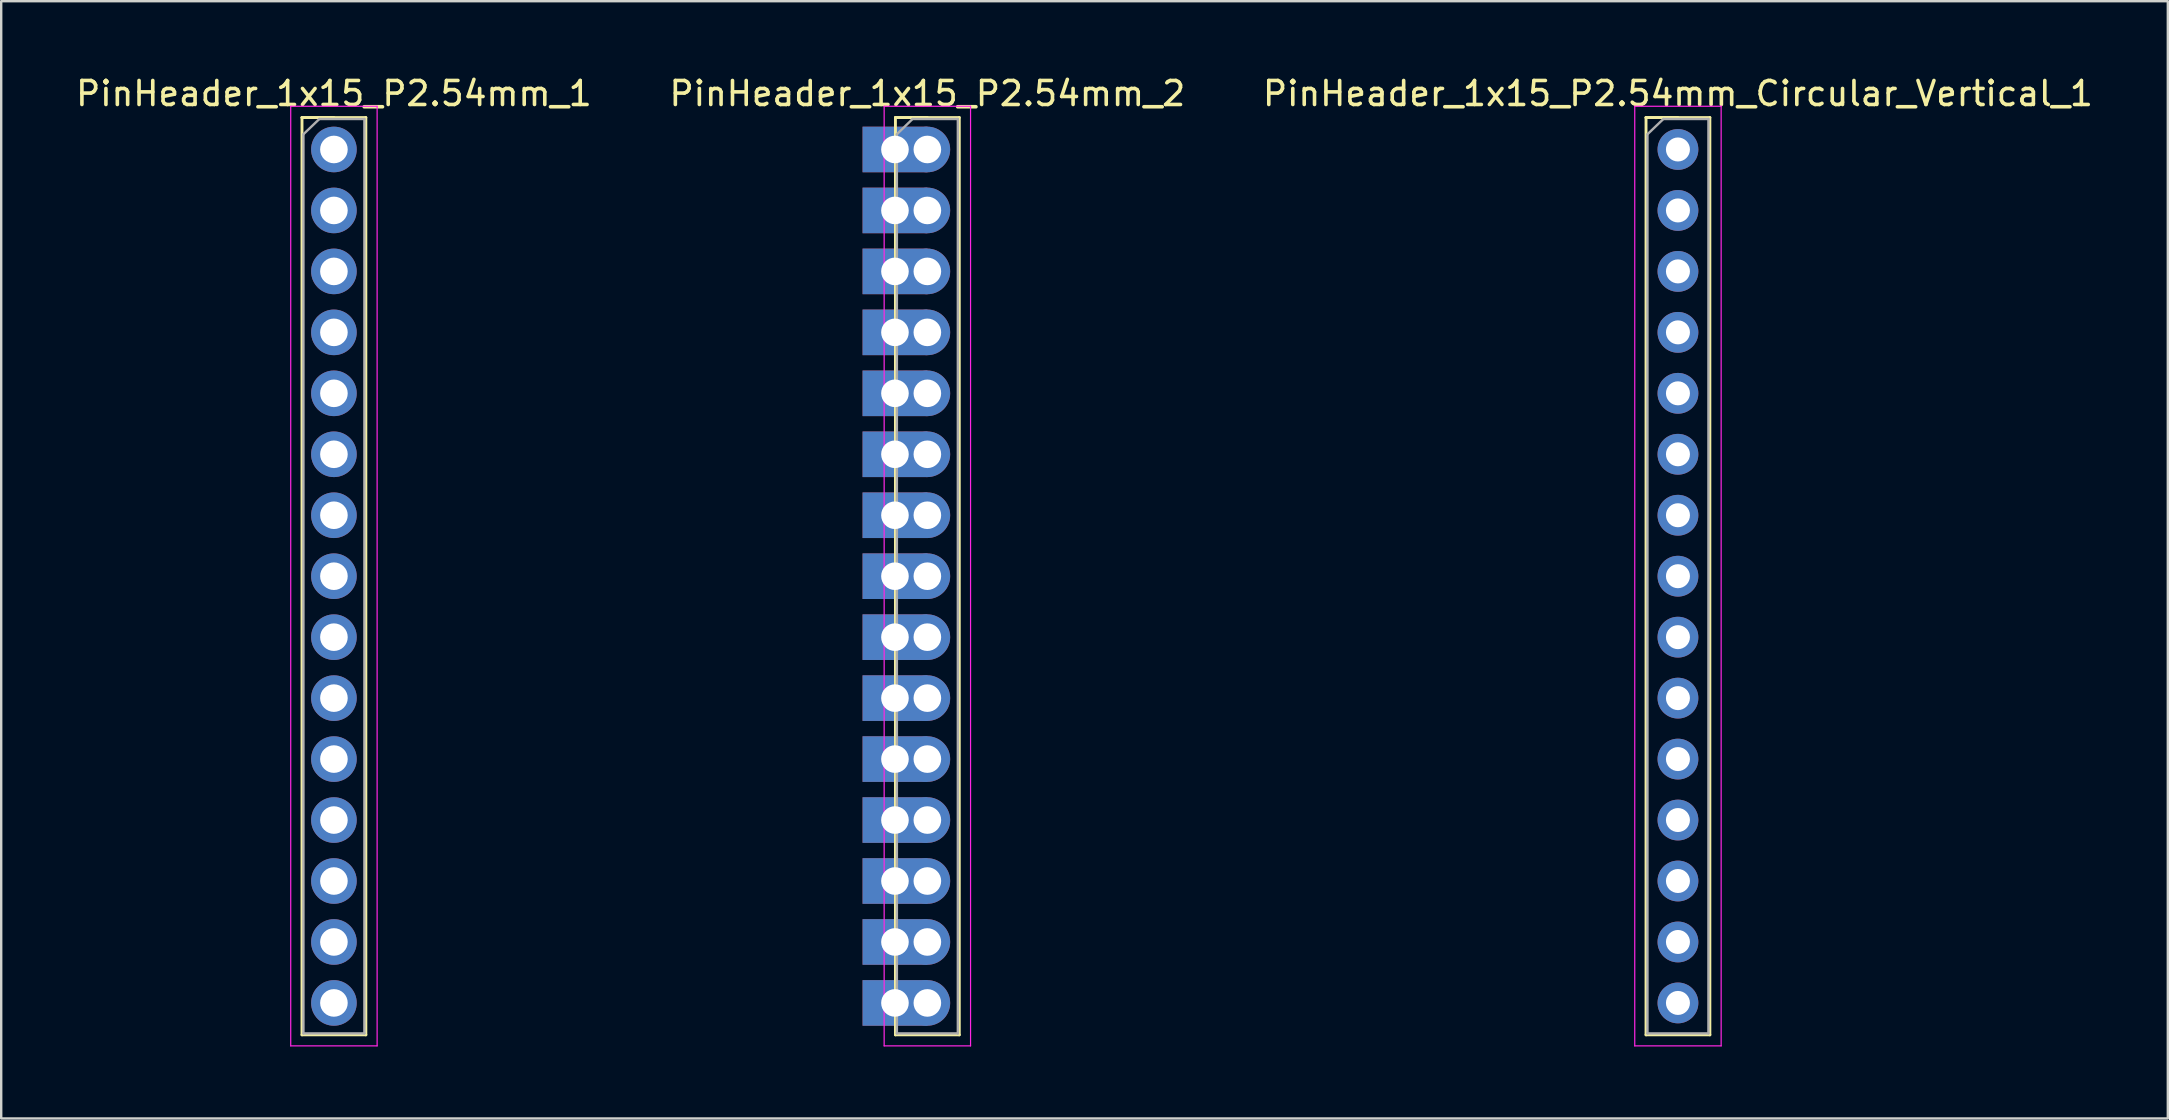
<source format=kicad_pcb>
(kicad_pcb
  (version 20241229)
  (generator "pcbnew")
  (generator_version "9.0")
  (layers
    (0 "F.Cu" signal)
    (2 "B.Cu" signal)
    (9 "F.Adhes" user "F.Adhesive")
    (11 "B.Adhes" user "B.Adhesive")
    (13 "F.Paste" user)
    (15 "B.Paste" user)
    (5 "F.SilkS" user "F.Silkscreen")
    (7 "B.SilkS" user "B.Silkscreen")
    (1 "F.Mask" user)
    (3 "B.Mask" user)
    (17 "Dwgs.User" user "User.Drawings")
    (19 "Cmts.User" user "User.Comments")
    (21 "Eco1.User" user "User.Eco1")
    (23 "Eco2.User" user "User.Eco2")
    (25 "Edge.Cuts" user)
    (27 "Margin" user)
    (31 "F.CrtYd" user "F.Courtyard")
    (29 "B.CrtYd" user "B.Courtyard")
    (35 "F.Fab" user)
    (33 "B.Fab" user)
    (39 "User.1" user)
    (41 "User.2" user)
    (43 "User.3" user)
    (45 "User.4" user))
  (footprint "PinHeader_1x15_P2.54mm_Circular_Vertical_1"
    (layer "F.Cu")
    (at 66.863 3.178)
    (property "Reference" "PinHeader_1x15_P2.54mm_Circular_Vertical_1" (at 0 -2.33 0) (layer "F.SilkS") (effects (font (size 1 1) (thickness 0.15))))
    (attr through_hole)
    (fp_line (start -1.33 -1.33) (end -1.33 36.89) (stroke (width 0.12) (type solid)) (layer "F.SilkS"))
    (fp_line (start -1.33 -1.33) (end 0 -1.33) (stroke (width 0.12) (type solid)) (layer "F.SilkS"))
    (fp_line (start -1.33 -1.33) (end 1.33 -1.33) (stroke (width 0.12) (type solid)) (layer "F.SilkS"))
    (fp_line (start -1.33 36.89) (end 1.33 36.89) (stroke (width 0.12) (type solid)) (layer "F.SilkS"))
    (fp_line (start 1.33 -1.33) (end 1.33 36.89) (stroke (width 0.12) (type solid)) (layer "F.SilkS"))
    (fp_line (start -1.8 -1.8) (end -1.8 37.35) (stroke (width 0.05) (type solid)) (layer "F.CrtYd"))
    (fp_line (start -1.8 37.35) (end 1.8 37.35) (stroke (width 0.05) (type solid)) (layer "F.CrtYd"))
    (fp_line (start 1.8 -1.8) (end -1.8 -1.8) (stroke (width 0.05) (type solid)) (layer "F.CrtYd"))
    (fp_line (start 1.8 37.35) (end 1.8 -1.8) (stroke (width 0.05) (type solid)) (layer "F.CrtYd"))
    (fp_line (start -1.27 -0.635) (end -0.607 -1.27) (stroke (width 0.1) (type solid)) (layer "F.Fab"))
    (fp_line (start -1.27 36.83) (end -1.27 -0.635) (stroke (width 0.1) (type solid)) (layer "F.Fab"))
    (fp_line (start -0.607 -1.27) (end 1.27 -1.27) (stroke (width 0.1) (type solid)) (layer "F.Fab"))
    (fp_line (start 1.27 -1.27) (end 1.27 36.83) (stroke (width 0.1) (type solid)) (layer "F.Fab"))
    (fp_line (start 1.27 36.83) (end -1.27 36.83) (stroke (width 0.1) (type solid)) (layer "F.Fab"))
    (pad "1" thru_hole circle (at 0 0) (size 1.7 1.7) (drill 1) (layers "*.Cu" "*.Mask"))
    (pad "2" thru_hole circle (at 0 2.54) (size 1.7 1.7) (drill 1) (layers "*.Cu" "*.Mask"))
    (pad "3" thru_hole circle (at 0 5.08) (size 1.7 1.7) (drill 1) (layers "*.Cu" "*.Mask"))
    (pad "4" thru_hole circle (at 0 7.62) (size 1.7 1.7) (drill 1) (layers "*.Cu" "*.Mask"))
    (pad "5" thru_hole circle (at 0 10.16) (size 1.7 1.7) (drill 1) (layers "*.Cu" "*.Mask"))
    (pad "6" thru_hole circle (at 0 12.7) (size 1.7 1.7) (drill 1) (layers "*.Cu" "*.Mask"))
    (pad "7" thru_hole circle (at 0 15.24) (size 1.7 1.7) (drill 1) (layers "*.Cu" "*.Mask"))
    (pad "8" thru_hole circle (at 0 17.78) (size 1.7 1.7) (drill 1) (layers "*.Cu" "*.Mask"))
    (pad "9" thru_hole circle (at 0 20.32) (size 1.7 1.7) (drill 1) (layers "*.Cu" "*.Mask"))
    (pad "10" thru_hole circle (at 0 22.86) (size 1.7 1.7) (drill 1) (layers "*.Cu" "*.Mask"))
    (pad "11" thru_hole circle (at 0 25.4) (size 1.7 1.7) (drill 1) (layers "*.Cu" "*.Mask"))
    (pad "12" thru_hole circle (at 0 27.94) (size 1.7 1.7) (drill 1) (layers "*.Cu" "*.Mask"))
    (pad "13" thru_hole circle (at 0 30.48) (size 1.7 1.7) (drill 1) (layers "*.Cu" "*.Mask"))
    (pad "14" thru_hole circle (at 0 33.02) (size 1.7 1.7) (drill 1) (layers "*.Cu" "*.Mask"))
    (pad "15" thru_hole circle (at 0 35.56) (size 1.7 1.7) (drill 1) (layers "*.Cu" "*.Mask")))
  (footprint "PinHeader_1x15_P2.54mm_2"
    (layer "F.Cu")
    (at 35.589 3.178)
    (property "Reference" "PinHeader_1x15_P2.54mm_2" (at 0 -2.33 0) (layer "F.SilkS") (effects (font (size 1 1) (thickness 0.15))))
    (attr through_hole)
    (fp_line (start -1.33 -1.33) (end -1.33 36.89) (stroke (width 0.12) (type solid)) (layer "F.SilkS"))
    (fp_line (start -1.33 -1.33) (end 0 -1.33) (stroke (width 0.12) (type solid)) (layer "F.SilkS"))
    (fp_line (start -1.33 -1.33) (end 1.33 -1.33) (stroke (width 0.12) (type solid)) (layer "F.SilkS"))
    (fp_line (start -1.33 36.89) (end 1.33 36.89) (stroke (width 0.12) (type solid)) (layer "F.SilkS"))
    (fp_line (start 1.33 -1.33) (end 1.33 36.89) (stroke (width 0.12) (type solid)) (layer "F.SilkS"))
    (fp_line (start -1.8 -1.8) (end -1.8 37.35) (stroke (width 0.05) (type solid)) (layer "F.CrtYd"))
    (fp_line (start -1.8 37.35) (end 1.8 37.35) (stroke (width 0.05) (type solid)) (layer "F.CrtYd"))
    (fp_line (start 1.8 -1.8) (end -1.8 -1.8) (stroke (width 0.05) (type solid)) (layer "F.CrtYd"))
    (fp_line (start 1.8 37.35) (end 1.8 -1.8) (stroke (width 0.05) (type solid)) (layer "F.CrtYd"))
    (fp_line (start -1.27 -0.635) (end -0.617 -1.27) (stroke (width 0.1) (type solid)) (layer "F.Fab"))
    (fp_line (start -1.27 36.83) (end -1.27 -0.635) (stroke (width 0.1) (type solid)) (layer "F.Fab"))
    (fp_line (start -0.617 -1.27) (end 1.27 -1.27) (stroke (width 0.1) (type solid)) (layer "F.Fab"))
    (fp_line (start 1.27 -1.27) (end 1.27 36.83) (stroke (width 0.1) (type solid)) (layer "F.Fab"))
    (fp_line (start 1.27 36.83) (end -1.27 36.83) (stroke (width 0.1) (type solid)) (layer "F.Fab"))
    (pad "1" thru_hole rect (at -1.35 0) (size 2.7 1.9) (drill 1.15) (layers "*.Cu" "*.Mask"))
    (pad "1" thru_hole circle (at 0 0) (size 1.9 1.9) (drill 1.15) (layers "*.Cu" "*.Mask"))
    (pad "2" thru_hole rect (at -1.35 2.54) (size 2.7 1.9) (drill 1.15) (layers "*.Cu" "*.Mask"))
    (pad "2" thru_hole circle (at 0 2.54) (size 1.9 1.9) (drill 1.15) (layers "*.Cu" "*.Mask"))
    (pad "3" thru_hole rect (at -1.35 5.08) (size 2.7 1.9) (drill 1.15) (layers "*.Cu" "*.Mask"))
    (pad "3" thru_hole circle (at 0 5.08) (size 1.9 1.9) (drill 1.15) (layers "*.Cu" "*.Mask"))
    (pad "4" thru_hole rect (at -1.35 7.62) (size 2.7 1.9) (drill 1.15) (layers "*.Cu" "*.Mask"))
    (pad "4" thru_hole circle (at 0 7.62) (size 1.9 1.9) (drill 1.15) (layers "*.Cu" "*.Mask"))
    (pad "5" thru_hole rect (at -1.35 10.16) (size 2.7 1.9) (drill 1.15) (layers "*.Cu" "*.Mask"))
    (pad "5" thru_hole circle (at 0 10.16) (size 1.9 1.9) (drill 1.15) (layers "*.Cu" "*.Mask"))
    (pad "6" thru_hole rect (at -1.35 12.7) (size 2.7 1.9) (drill 1.15) (layers "*.Cu" "*.Mask"))
    (pad "6" thru_hole circle (at 0 12.7) (size 1.9 1.9) (drill 1.15) (layers "*.Cu" "*.Mask"))
    (pad "7" thru_hole rect (at -1.35 15.24) (size 2.7 1.9) (drill 1.15) (layers "*.Cu" "*.Mask"))
    (pad "7" thru_hole circle (at 0 15.24) (size 1.9 1.9) (drill 1.15) (layers "*.Cu" "*.Mask"))
    (pad "8" thru_hole rect (at -1.35 17.78) (size 2.7 1.9) (drill 1.15) (layers "*.Cu" "*.Mask"))
    (pad "8" thru_hole circle (at 0 17.78) (size 1.9 1.9) (drill 1.15) (layers "*.Cu" "*.Mask"))
    (pad "9" thru_hole rect (at -1.35 20.32) (size 2.7 1.9) (drill 1.15) (layers "*.Cu" "*.Mask"))
    (pad "9" thru_hole circle (at 0 20.32) (size 1.9 1.9) (drill 1.15) (layers "*.Cu" "*.Mask"))
    (pad "10" thru_hole rect (at -1.35 22.86) (size 2.7 1.9) (drill 1.15) (layers "*.Cu" "*.Mask"))
    (pad "10" thru_hole circle (at 0 22.86) (size 1.9 1.9) (drill 1.15) (layers "*.Cu" "*.Mask"))
    (pad "11" thru_hole rect (at -1.35 25.4) (size 2.7 1.9) (drill 1.15) (layers "*.Cu" "*.Mask"))
    (pad "11" thru_hole circle (at 0 25.4) (size 1.9 1.9) (drill 1.15) (layers "*.Cu" "*.Mask"))
    (pad "12" thru_hole rect (at -1.35 27.94) (size 2.7 1.9) (drill 1.15) (layers "*.Cu" "*.Mask"))
    (pad "12" thru_hole circle (at 0 27.94) (size 1.9 1.9) (drill 1.15) (layers "*.Cu" "*.Mask"))
    (pad "13" thru_hole rect (at -1.35 30.48) (size 2.7 1.9) (drill 1.15) (layers "*.Cu" "*.Mask"))
    (pad "13" thru_hole circle (at 0 30.48) (size 1.9 1.9) (drill 1.15) (layers "*.Cu" "*.Mask"))
    (pad "14" thru_hole rect (at -1.35 33.02) (size 2.7 1.9) (drill 1.15) (layers "*.Cu" "*.Mask"))
    (pad "14" thru_hole circle (at 0 33.02) (size 1.9 1.9) (drill 1.15) (layers "*.Cu" "*.Mask"))
    (pad "15" thru_hole rect (at -1.35 35.56) (size 2.7 1.9) (drill 1.15) (layers "*.Cu" "*.Mask"))
    (pad "15" thru_hole circle (at 0 35.56) (size 1.9 1.9) (drill 1.15) (layers "*.Cu" "*.Mask")))
  (footprint "PinHeader_1x15_P2.54mm_1"
    (layer "F.Cu")
    (at 10.863 3.178)
    (property "Reference" "PinHeader_1x15_P2.54mm_1" (at 0 -2.33 0) (layer "F.SilkS") (effects (font (size 1 1) (thickness 0.15))))
    (attr through_hole)
    (fp_line (start -1.33 -1.33) (end -1.33 36.89) (stroke (width 0.12) (type solid)) (layer "F.SilkS"))
    (fp_line (start -1.33 -1.33) (end 0 -1.33) (stroke (width 0.12) (type solid)) (layer "F.SilkS"))
    (fp_line (start -1.33 -1.33) (end 1.33 -1.33) (stroke (width 0.12) (type solid)) (layer "F.SilkS"))
    (fp_line (start -1.33 36.89) (end 1.33 36.89) (stroke (width 0.12) (type solid)) (layer "F.SilkS"))
    (fp_line (start 1.33 -1.33) (end 1.33 36.89) (stroke (width 0.12) (type solid)) (layer "F.SilkS"))
    (fp_line (start -1.8 -1.8) (end -1.8 37.35) (stroke (width 0.05) (type solid)) (layer "F.CrtYd"))
    (fp_line (start -1.8 37.35) (end 1.8 37.35) (stroke (width 0.05) (type solid)) (layer "F.CrtYd"))
    (fp_line (start 1.8 -1.8) (end -1.8 -1.8) (stroke (width 0.05) (type solid)) (layer "F.CrtYd"))
    (fp_line (start 1.8 37.35) (end 1.8 -1.8) (stroke (width 0.05) (type solid)) (layer "F.CrtYd"))
    (fp_line (start -1.27 -0.635) (end -0.607 -1.27) (stroke (width 0.1) (type solid)) (layer "F.Fab"))
    (fp_line (start -1.27 36.83) (end -1.27 -0.635) (stroke (width 0.1) (type solid)) (layer "F.Fab"))
    (fp_line (start -0.607 -1.27) (end 1.27 -1.27) (stroke (width 0.1) (type solid)) (layer "F.Fab"))
    (fp_line (start 1.27 -1.27) (end 1.27 36.83) (stroke (width 0.1) (type solid)) (layer "F.Fab"))
    (fp_line (start 1.27 36.83) (end -1.27 36.83) (stroke (width 0.1) (type solid)) (layer "F.Fab"))
    (pad "1" thru_hole circle (at 0 0) (size 1.9 1.9) (drill 1.15) (layers "*.Cu" "*.Mask"))
    (pad "2" thru_hole circle (at 0 2.54) (size 1.9 1.9) (drill 1.15) (layers "*.Cu" "*.Mask"))
    (pad "3" thru_hole circle (at 0 5.08) (size 1.9 1.9) (drill 1.15) (layers "*.Cu" "*.Mask"))
    (pad "4" thru_hole circle (at 0 7.62) (size 1.9 1.9) (drill 1.15) (layers "*.Cu" "*.Mask"))
    (pad "5" thru_hole circle (at 0 10.16) (size 1.9 1.9) (drill 1.15) (layers "*.Cu" "*.Mask"))
    (pad "6" thru_hole circle (at 0 12.7) (size 1.9 1.9) (drill 1.15) (layers "*.Cu" "*.Mask"))
    (pad "7" thru_hole circle (at 0 15.24) (size 1.9 1.9) (drill 1.15) (layers "*.Cu" "*.Mask"))
    (pad "8" thru_hole circle (at 0 17.78) (size 1.9 1.9) (drill 1.15) (layers "*.Cu" "*.Mask"))
    (pad "9" thru_hole circle (at 0 20.32) (size 1.9 1.9) (drill 1.15) (layers "*.Cu" "*.Mask"))
    (pad "10" thru_hole circle (at 0 22.86) (size 1.9 1.9) (drill 1.15) (layers "*.Cu" "*.Mask"))
    (pad "11" thru_hole circle (at 0 25.4) (size 1.9 1.9) (drill 1.15) (layers "*.Cu" "*.Mask"))
    (pad "12" thru_hole circle (at 0 27.94) (size 1.9 1.9) (drill 1.15) (layers "*.Cu" "*.Mask"))
    (pad "13" thru_hole circle (at 0 30.48) (size 1.9 1.9) (drill 1.15) (layers "*.Cu" "*.Mask"))
    (pad "14" thru_hole circle (at 0 33.02) (size 1.9 1.9) (drill 1.15) (layers "*.Cu" "*.Mask"))
    (pad "15" thru_hole circle (at 0 35.56) (size 1.9 1.9) (drill 1.15) (layers "*.Cu" "*.Mask")))
  (gr_rect
    (start -3 -3)
    (end 87.274 43.553)
    (stroke (width 0.1) (type default))
    (fill no)
    (layer "Edge.Cuts")))
</source>
